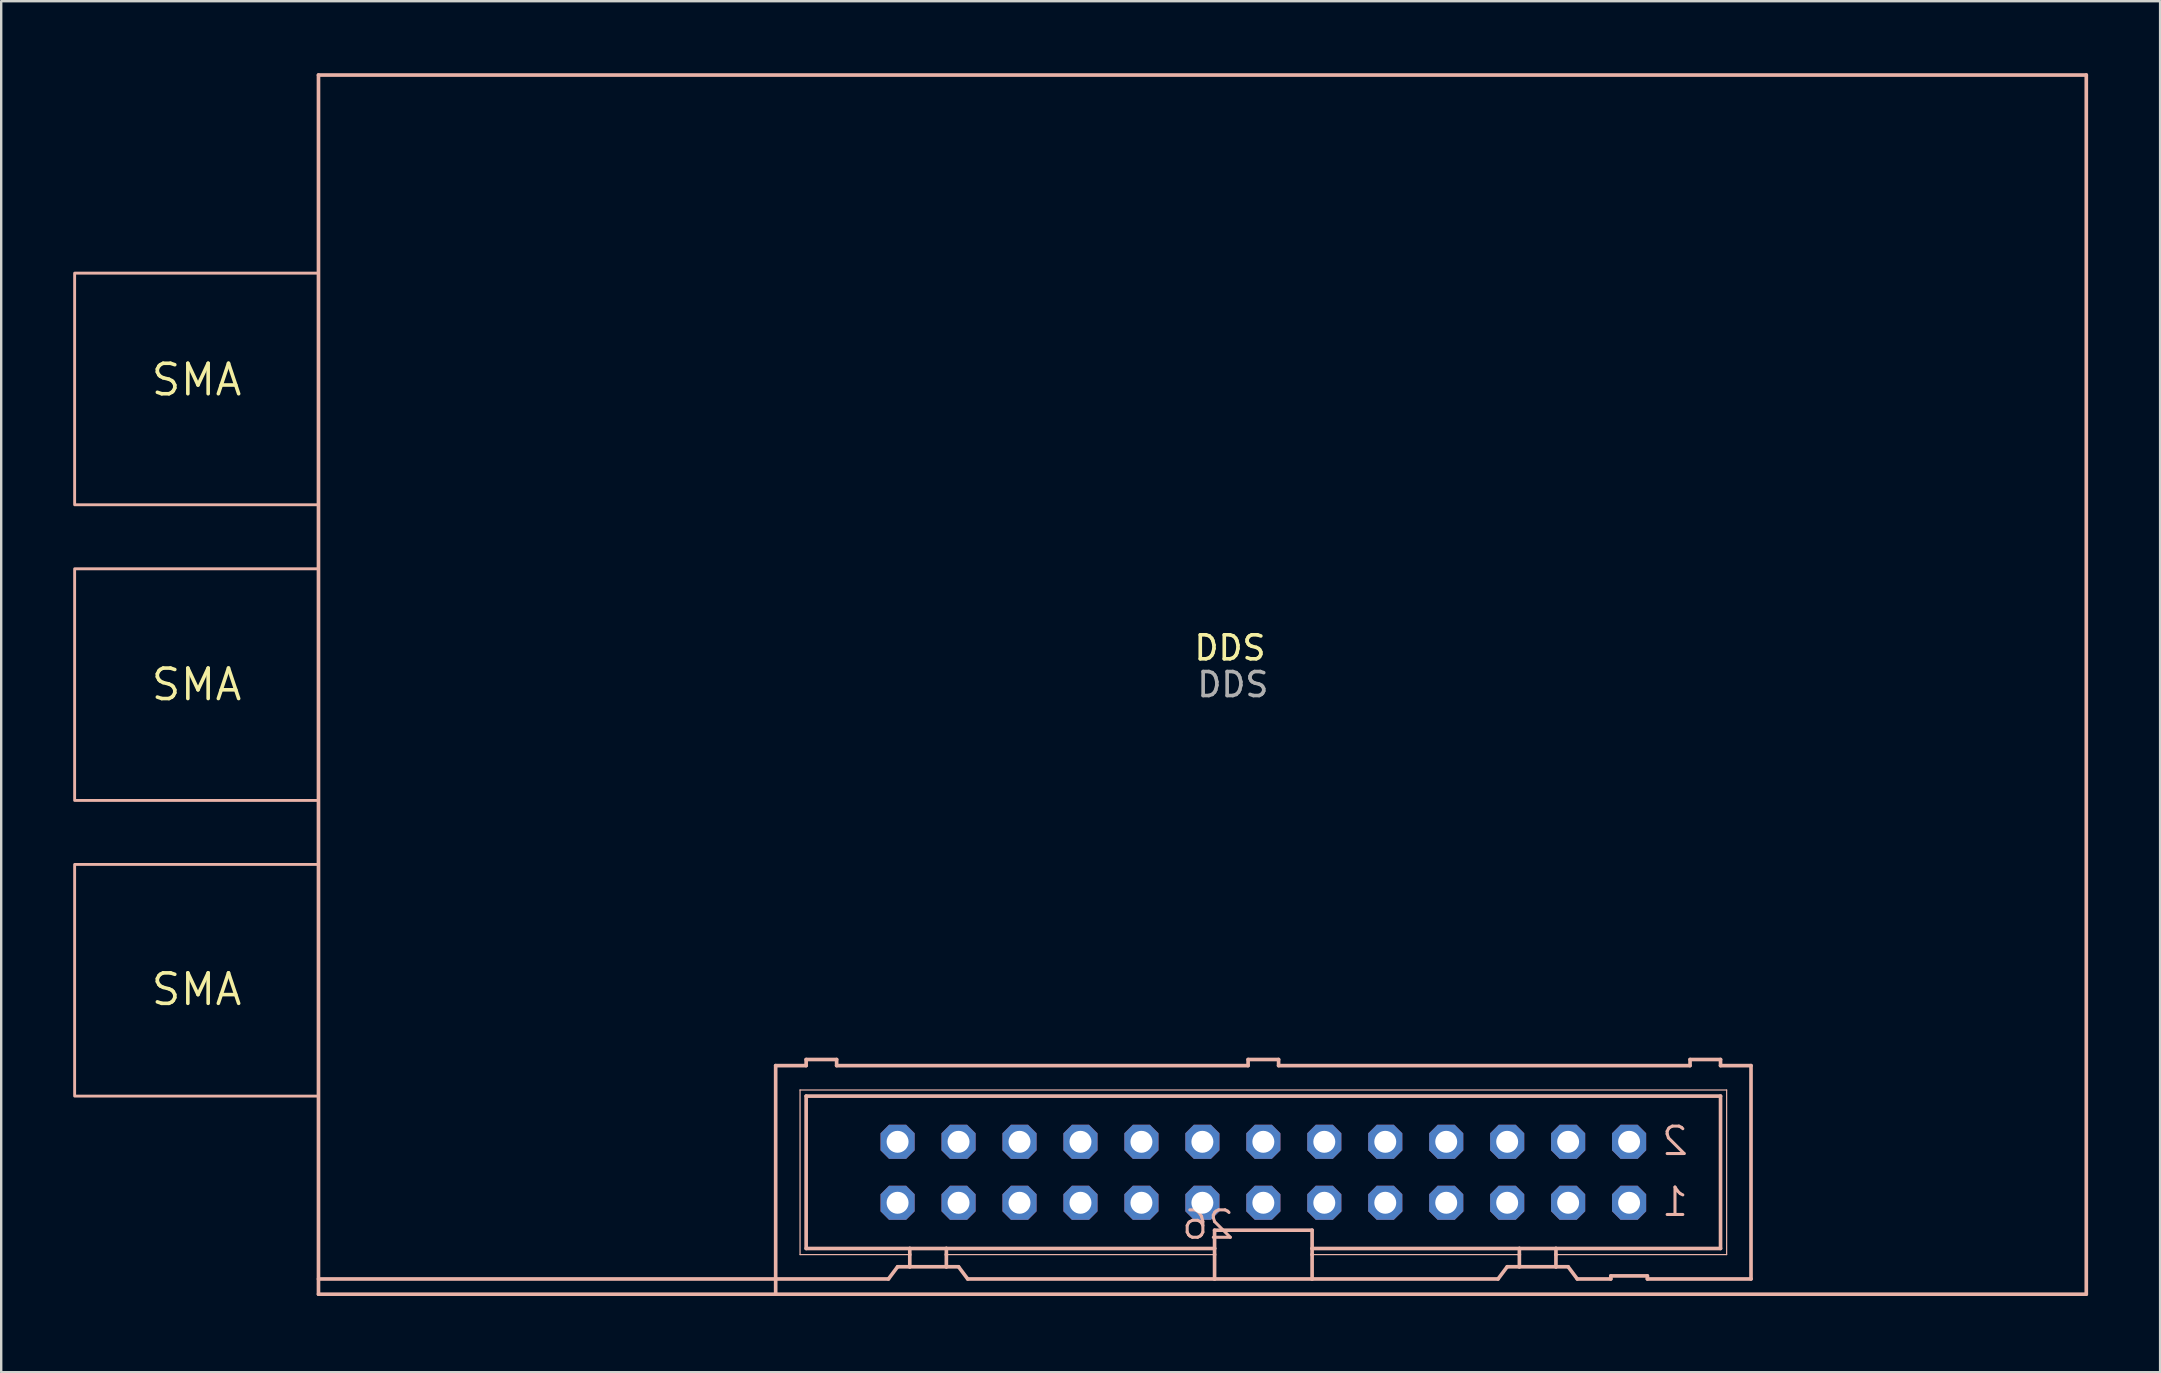
<source format=kicad_pcb>
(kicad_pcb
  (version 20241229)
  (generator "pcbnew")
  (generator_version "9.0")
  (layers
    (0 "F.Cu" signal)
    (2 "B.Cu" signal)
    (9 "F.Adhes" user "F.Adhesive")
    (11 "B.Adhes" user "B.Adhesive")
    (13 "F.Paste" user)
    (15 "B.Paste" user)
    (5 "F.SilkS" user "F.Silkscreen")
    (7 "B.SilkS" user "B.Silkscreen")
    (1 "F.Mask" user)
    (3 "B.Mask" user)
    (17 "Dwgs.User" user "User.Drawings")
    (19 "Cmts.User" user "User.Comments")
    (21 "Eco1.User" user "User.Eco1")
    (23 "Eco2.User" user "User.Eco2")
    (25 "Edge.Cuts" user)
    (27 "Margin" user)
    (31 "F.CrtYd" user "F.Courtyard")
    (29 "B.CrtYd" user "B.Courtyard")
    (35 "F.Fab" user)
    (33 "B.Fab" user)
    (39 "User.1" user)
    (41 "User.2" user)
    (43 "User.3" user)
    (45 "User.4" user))
  (footprint "DDS"
    (layer "F.Cu")
    (at 10.22 50.876)
    (property "Reference" "DDS" (at 37.98 -26.93 0) (unlocked yes) (layer "F.SilkS") (effects (font (size 1 1) (thickness 0.15))))
    (attr smd)
    (fp_line (start 0 -50.8) (end 0 0) (stroke (width 0.152) (type solid)) (layer "B.SilkS"))
    (fp_line (start 0 -50.8) (end 73.66 -50.8) (stroke (width 0.152) (type solid)) (layer "B.SilkS"))
    (fp_line (start 0 -0.635) (end 19.05 -0.635) (stroke (width 0.152) (type solid)) (layer "B.SilkS"))
    (fp_line (start 19.05 -0.635) (end 19.05 -9.525) (stroke (width 0.152) (type solid)) (layer "B.SilkS"))
    (fp_line (start 19.05 -0.635) (end 23.749 -0.635) (stroke (width 0.152) (type solid)) (layer "B.SilkS"))
    (fp_line (start 19.05 0) (end 19.05 -0.635) (stroke (width 0.152) (type solid)) (layer "B.SilkS"))
    (fp_line (start 20.066 -8.509) (end 58.674 -8.509) (stroke (width 0.051) (type solid)) (layer "B.SilkS"))
    (fp_line (start 20.066 -1.651) (end 20.066 -8.509) (stroke (width 0.051) (type solid)) (layer "B.SilkS"))
    (fp_line (start 20.32 -9.779) (end 21.59 -9.779) (stroke (width 0.152) (type solid)) (layer "B.SilkS"))
    (fp_line (start 20.32 -9.525) (end 19.05 -9.525) (stroke (width 0.152) (type solid)) (layer "B.SilkS"))
    (fp_line (start 20.32 -9.525) (end 20.32 -9.779) (stroke (width 0.152) (type solid)) (layer "B.SilkS"))
    (fp_line (start 20.32 -1.905) (end 20.32 -8.255) (stroke (width 0.152) (type solid)) (layer "B.SilkS"))
    (fp_line (start 20.32 -1.905) (end 24.638 -1.905) (stroke (width 0.152) (type solid)) (layer "B.SilkS"))
    (fp_line (start 21.59 -9.525) (end 21.59 -9.779) (stroke (width 0.152) (type solid)) (layer "B.SilkS"))
    (fp_line (start 24.13 -1.143) (end 23.749 -0.635) (stroke (width 0.152) (type solid)) (layer "B.SilkS"))
    (fp_line (start 24.13 -1.143) (end 24.638 -1.143) (stroke (width 0.152) (type solid)) (layer "B.SilkS"))
    (fp_line (start 24.638 -1.905) (end 24.638 -1.651) (stroke (width 0.152) (type solid)) (layer "B.SilkS"))
    (fp_line (start 24.638 -1.905) (end 26.162 -1.905) (stroke (width 0.152) (type solid)) (layer "B.SilkS"))
    (fp_line (start 24.638 -1.651) (end 20.066 -1.651) (stroke (width 0.051) (type solid)) (layer "B.SilkS"))
    (fp_line (start 24.638 -1.651) (end 24.638 -1.143) (stroke (width 0.152) (type solid)) (layer "B.SilkS"))
    (fp_line (start 24.638 -1.143) (end 26.162 -1.143) (stroke (width 0.152) (type solid)) (layer "B.SilkS"))
    (fp_line (start 26.162 -1.905) (end 26.162 -1.651) (stroke (width 0.152) (type solid)) (layer "B.SilkS"))
    (fp_line (start 26.162 -1.905) (end 37.338 -1.905) (stroke (width 0.152) (type solid)) (layer "B.SilkS"))
    (fp_line (start 26.162 -1.651) (end 26.162 -1.143) (stroke (width 0.152) (type solid)) (layer "B.SilkS"))
    (fp_line (start 26.162 -1.651) (end 37.338 -1.651) (stroke (width 0.051) (type solid)) (layer "B.SilkS"))
    (fp_line (start 26.162 -1.143) (end 26.67 -1.143) (stroke (width 0.152) (type solid)) (layer "B.SilkS"))
    (fp_line (start 27.051 -0.635) (end 26.67 -1.143) (stroke (width 0.152) (type solid)) (layer "B.SilkS"))
    (fp_line (start 27.051 -0.635) (end 37.338 -0.635) (stroke (width 0.152) (type solid)) (layer "B.SilkS"))
    (fp_line (start 37.338 -2.667) (end 37.338 -1.905) (stroke (width 0.152) (type solid)) (layer "B.SilkS"))
    (fp_line (start 37.338 -2.667) (end 41.402 -2.667) (stroke (width 0.152) (type solid)) (layer "B.SilkS"))
    (fp_line (start 37.338 -1.905) (end 37.338 -1.651) (stroke (width 0.152) (type solid)) (layer "B.SilkS"))
    (fp_line (start 37.338 -1.651) (end 37.338 -0.635) (stroke (width 0.152) (type solid)) (layer "B.SilkS"))
    (fp_line (start 37.338 -0.635) (end 41.402 -0.635) (stroke (width 0.152) (type solid)) (layer "B.SilkS"))
    (fp_line (start 38.735 -9.779) (end 38.735 -9.525) (stroke (width 0.152) (type solid)) (layer "B.SilkS"))
    (fp_line (start 38.735 -9.779) (end 40.005 -9.779) (stroke (width 0.152) (type solid)) (layer "B.SilkS"))
    (fp_line (start 38.735 -9.525) (end 21.59 -9.525) (stroke (width 0.152) (type solid)) (layer "B.SilkS"))
    (fp_line (start 40.005 -9.779) (end 40.005 -9.525) (stroke (width 0.152) (type solid)) (layer "B.SilkS"))
    (fp_line (start 41.402 -1.905) (end 41.402 -2.667) (stroke (width 0.152) (type solid)) (layer "B.SilkS"))
    (fp_line (start 41.402 -1.905) (end 41.402 -1.651) (stroke (width 0.152) (type solid)) (layer "B.SilkS"))
    (fp_line (start 41.402 -1.905) (end 50.038 -1.905) (stroke (width 0.152) (type solid)) (layer "B.SilkS"))
    (fp_line (start 41.402 -1.651) (end 41.402 -0.635) (stroke (width 0.152) (type solid)) (layer "B.SilkS"))
    (fp_line (start 49.149 -0.635) (end 41.402 -0.635) (stroke (width 0.152) (type solid)) (layer "B.SilkS"))
    (fp_line (start 49.53 -1.143) (end 49.149 -0.635) (stroke (width 0.152) (type solid)) (layer "B.SilkS"))
    (fp_line (start 49.53 -1.143) (end 50.038 -1.143) (stroke (width 0.152) (type solid)) (layer "B.SilkS"))
    (fp_line (start 50.038 -1.905) (end 50.038 -1.651) (stroke (width 0.152) (type solid)) (layer "B.SilkS"))
    (fp_line (start 50.038 -1.905) (end 51.562 -1.905) (stroke (width 0.152) (type solid)) (layer "B.SilkS"))
    (fp_line (start 50.038 -1.651) (end 41.402 -1.651) (stroke (width 0.051) (type solid)) (layer "B.SilkS"))
    (fp_line (start 50.038 -1.651) (end 50.038 -1.143) (stroke (width 0.152) (type solid)) (layer "B.SilkS"))
    (fp_line (start 50.038 -1.143) (end 51.562 -1.143) (stroke (width 0.152) (type solid)) (layer "B.SilkS"))
    (fp_line (start 51.562 -1.905) (end 51.562 -1.651) (stroke (width 0.152) (type solid)) (layer "B.SilkS"))
    (fp_line (start 51.562 -1.905) (end 58.42 -1.905) (stroke (width 0.152) (type solid)) (layer "B.SilkS"))
    (fp_line (start 51.562 -1.651) (end 51.562 -1.143) (stroke (width 0.152) (type solid)) (layer "B.SilkS"))
    (fp_line (start 51.562 -1.143) (end 52.07 -1.143) (stroke (width 0.152) (type solid)) (layer "B.SilkS"))
    (fp_line (start 52.451 -0.635) (end 52.07 -1.143) (stroke (width 0.152) (type solid)) (layer "B.SilkS"))
    (fp_line (start 53.848 -0.635) (end 52.451 -0.635) (stroke (width 0.152) (type solid)) (layer "B.SilkS"))
    (fp_line (start 53.848 -0.635) (end 53.848 -0.762) (stroke (width 0.152) (type solid)) (layer "B.SilkS"))
    (fp_line (start 55.372 -0.762) (end 53.848 -0.762) (stroke (width 0.152) (type solid)) (layer "B.SilkS"))
    (fp_line (start 55.372 -0.762) (end 55.372 -0.635) (stroke (width 0.152) (type solid)) (layer "B.SilkS"))
    (fp_line (start 57.15 -9.779) (end 57.15 -9.525) (stroke (width 0.152) (type solid)) (layer "B.SilkS"))
    (fp_line (start 57.15 -9.779) (end 58.42 -9.779) (stroke (width 0.152) (type solid)) (layer "B.SilkS"))
    (fp_line (start 57.15 -9.525) (end 40.005 -9.525) (stroke (width 0.152) (type solid)) (layer "B.SilkS"))
    (fp_line (start 58.42 -9.779) (end 58.42 -9.525) (stroke (width 0.152) (type solid)) (layer "B.SilkS"))
    (fp_line (start 58.42 -8.255) (end 20.32 -8.255) (stroke (width 0.152) (type solid)) (layer "B.SilkS"))
    (fp_line (start 58.42 -8.255) (end 58.42 -1.905) (stroke (width 0.152) (type solid)) (layer "B.SilkS"))
    (fp_line (start 58.674 -8.509) (end 58.674 -1.651) (stroke (width 0.051) (type solid)) (layer "B.SilkS"))
    (fp_line (start 58.674 -1.651) (end 51.562 -1.651) (stroke (width 0.051) (type solid)) (layer "B.SilkS"))
    (fp_line (start 59.69 -9.525) (end 58.42 -9.525) (stroke (width 0.152) (type solid)) (layer "B.SilkS"))
    (fp_line (start 59.69 -9.525) (end 59.69 -0.635) (stroke (width 0.152) (type solid)) (layer "B.SilkS"))
    (fp_line (start 59.69 -0.635) (end 55.372 -0.635) (stroke (width 0.152) (type solid)) (layer "B.SilkS"))
    (fp_line (start 73.66 -50.8) (end 73.66 0) (stroke (width 0.152) (type solid)) (layer "B.SilkS"))
    (fp_line (start 73.66 0) (end 0 0) (stroke (width 0.152) (type solid)) (layer "B.SilkS"))
    (fp_rect (start 0 -42.545) (end -10.16 -32.893) (stroke (width 0.12) (type solid)) (fill no) (layer "B.SilkS"))
    (fp_rect (start 0 -30.226) (end -10.16 -20.574) (stroke (width 0.12) (type solid)) (fill no) (layer "B.SilkS"))
    (fp_rect (start 0 -17.907) (end -10.16 -8.255) (stroke (width 0.12) (type solid)) (fill no) (layer "B.SilkS"))
    (fp_poly (pts (xy 24.384 -6.096) (xy 23.876 -6.096) (xy 23.876 -6.604) (xy 24.384 -6.604)) (stroke (width 0.1) (type solid)) (fill no) (layer "B.Fab"))
    (fp_poly (pts (xy 24.384 -3.556) (xy 23.876 -3.556) (xy 23.876 -4.064) (xy 24.384 -4.064)) (stroke (width 0.1) (type solid)) (fill no) (layer "B.Fab"))
    (fp_poly (pts (xy 26.924 -6.096) (xy 26.416 -6.096) (xy 26.416 -6.604) (xy 26.924 -6.604)) (stroke (width 0.1) (type solid)) (fill no) (layer "B.Fab"))
    (fp_poly (pts (xy 26.924 -3.556) (xy 26.416 -3.556) (xy 26.416 -4.064) (xy 26.924 -4.064)) (stroke (width 0.1) (type solid)) (fill no) (layer "B.Fab"))
    (fp_poly (pts (xy 29.464 -6.096) (xy 28.956 -6.096) (xy 28.956 -6.604) (xy 29.464 -6.604)) (stroke (width 0.1) (type solid)) (fill no) (layer "B.Fab"))
    (fp_poly (pts (xy 29.464 -3.556) (xy 28.956 -3.556) (xy 28.956 -4.064) (xy 29.464 -4.064)) (stroke (width 0.1) (type solid)) (fill no) (layer "B.Fab"))
    (fp_poly (pts (xy 32.004 -6.096) (xy 31.496 -6.096) (xy 31.496 -6.604) (xy 32.004 -6.604)) (stroke (width 0.1) (type solid)) (fill no) (layer "B.Fab"))
    (fp_poly (pts (xy 32.004 -3.556) (xy 31.496 -3.556) (xy 31.496 -4.064) (xy 32.004 -4.064)) (stroke (width 0.1) (type solid)) (fill no) (layer "B.Fab"))
    (fp_poly (pts (xy 34.544 -6.096) (xy 34.036 -6.096) (xy 34.036 -6.604) (xy 34.544 -6.604)) (stroke (width 0.1) (type solid)) (fill no) (layer "B.Fab"))
    (fp_poly (pts (xy 34.544 -3.556) (xy 34.036 -3.556) (xy 34.036 -4.064) (xy 34.544 -4.064)) (stroke (width 0.1) (type solid)) (fill no) (layer "B.Fab"))
    (fp_poly (pts (xy 37.084 -6.096) (xy 36.576 -6.096) (xy 36.576 -6.604) (xy 37.084 -6.604)) (stroke (width 0.1) (type solid)) (fill no) (layer "B.Fab"))
    (fp_poly (pts (xy 37.084 -3.556) (xy 36.576 -3.556) (xy 36.576 -4.064) (xy 37.084 -4.064)) (stroke (width 0.1) (type solid)) (fill no) (layer "B.Fab"))
    (fp_poly (pts (xy 39.624 -6.096) (xy 39.116 -6.096) (xy 39.116 -6.604) (xy 39.624 -6.604)) (stroke (width 0.1) (type solid)) (fill no) (layer "B.Fab"))
    (fp_poly (pts (xy 39.624 -3.556) (xy 39.116 -3.556) (xy 39.116 -4.064) (xy 39.624 -4.064)) (stroke (width 0.1) (type solid)) (fill no) (layer "B.Fab"))
    (fp_poly (pts (xy 42.164 -6.096) (xy 41.656 -6.096) (xy 41.656 -6.604) (xy 42.164 -6.604)) (stroke (width 0.1) (type solid)) (fill no) (layer "B.Fab"))
    (fp_poly (pts (xy 42.164 -3.556) (xy 41.656 -3.556) (xy 41.656 -4.064) (xy 42.164 -4.064)) (stroke (width 0.1) (type solid)) (fill no) (layer "B.Fab"))
    (fp_poly (pts (xy 44.704 -6.096) (xy 44.196 -6.096) (xy 44.196 -6.604) (xy 44.704 -6.604)) (stroke (width 0.1) (type solid)) (fill no) (layer "B.Fab"))
    (fp_poly (pts (xy 44.704 -3.556) (xy 44.196 -3.556) (xy 44.196 -4.064) (xy 44.704 -4.064)) (stroke (width 0.1) (type solid)) (fill no) (layer "B.Fab"))
    (fp_poly (pts (xy 47.244 -6.096) (xy 46.736 -6.096) (xy 46.736 -6.604) (xy 47.244 -6.604)) (stroke (width 0.1) (type solid)) (fill no) (layer "B.Fab"))
    (fp_poly (pts (xy 47.244 -3.556) (xy 46.736 -3.556) (xy 46.736 -4.064) (xy 47.244 -4.064)) (stroke (width 0.1) (type solid)) (fill no) (layer "B.Fab"))
    (fp_poly (pts (xy 49.784 -6.096) (xy 49.276 -6.096) (xy 49.276 -6.604) (xy 49.784 -6.604)) (stroke (width 0.1) (type solid)) (fill no) (layer "B.Fab"))
    (fp_poly (pts (xy 49.784 -3.556) (xy 49.276 -3.556) (xy 49.276 -4.064) (xy 49.784 -4.064)) (stroke (width 0.1) (type solid)) (fill no) (layer "B.Fab"))
    (fp_poly (pts (xy 52.324 -6.096) (xy 51.816 -6.096) (xy 51.816 -6.604) (xy 52.324 -6.604)) (stroke (width 0.1) (type solid)) (fill no) (layer "B.Fab"))
    (fp_poly (pts (xy 52.324 -3.556) (xy 51.816 -3.556) (xy 51.816 -4.064) (xy 52.324 -4.064)) (stroke (width 0.1) (type solid)) (fill no) (layer "B.Fab"))
    (fp_poly (pts (xy 54.864 -6.096) (xy 54.356 -6.096) (xy 54.356 -6.604) (xy 54.864 -6.604)) (stroke (width 0.1) (type solid)) (fill no) (layer "B.Fab"))
    (fp_poly (pts (xy 54.864 -3.556) (xy 54.356 -3.556) (xy 54.356 -4.064) (xy 54.864 -4.064)) (stroke (width 0.1) (type solid)) (fill no) (layer "B.Fab"))
    (fp_text user "SMA" (at -5.08 -25.4 0) (unlocked yes) (layer "F.SilkS") (effects (font (size 1.27 1.27) (thickness 0.15))))
    (fp_text user "SMA" (at -5.08 -38.1 0) (unlocked yes) (layer "F.SilkS") (effects (font (size 1.27 1.27) (thickness 0.15))))
    (fp_text user "SMA" (at -5.08 -12.7 0) (unlocked yes) (layer "F.SilkS") (effects (font (size 1.27 1.27) (thickness 0.15))))
    (fp_text user "1" (at 57.15 -3.175 0) (layer "B.SilkS") (effects (font (size 1.143 1.143) (thickness 0.127)) (justify left bottom mirror)))
    (fp_text user "2" (at 57.15 -5.715 0) (layer "B.SilkS") (effects (font (size 1.143 1.143) (thickness 0.127)) (justify left bottom mirror)))
    (fp_text user "26" (at 38.24 -2.225 0) (layer "B.SilkS") (effects (font (size 1.143 1.143) (thickness 0.127)) (justify left bottom mirror)))
    (fp_text user "${REFERENCE}" (at 38.1 -25.4 0) (unlocked yes) (layer "F.Fab") (effects (font (size 1 1) (thickness 0.15))))
    (pad "1" thru_hole roundrect (at 54.61 -3.81) (size 1.422 1.422) (drill 0.914) (layers "*.Cu" "*.Mask") (roundrect_rratio 0.25) (chamfer_ratio 0.25) (chamfer top_left top_right bottom_left bottom_right))
    (pad "2" thru_hole roundrect (at 54.61 -6.35) (size 1.422 1.422) (drill 0.914) (layers "*.Cu" "*.Mask") (roundrect_rratio 0.25) (chamfer_ratio 0.25) (chamfer top_left top_right bottom_left bottom_right))
    (pad "3" thru_hole roundrect (at 52.07 -3.81) (size 1.422 1.422) (drill 0.914) (layers "*.Cu" "*.Mask") (roundrect_rratio 0.25) (chamfer_ratio 0.25) (chamfer top_left top_right bottom_left bottom_right))
    (pad "4" thru_hole roundrect (at 52.07 -6.35) (size 1.422 1.422) (drill 0.914) (layers "*.Cu" "*.Mask") (roundrect_rratio 0.25) (chamfer_ratio 0.25) (chamfer top_left top_right bottom_left bottom_right))
    (pad "5" thru_hole roundrect (at 49.53 -3.81) (size 1.422 1.422) (drill 0.914) (layers "*.Cu" "*.Mask") (roundrect_rratio 0.25) (chamfer_ratio 0.25) (chamfer top_left top_right bottom_left bottom_right))
    (pad "6" thru_hole roundrect (at 49.53 -6.35) (size 1.422 1.422) (drill 0.914) (layers "*.Cu" "*.Mask") (roundrect_rratio 0.25) (chamfer_ratio 0.25) (chamfer top_left top_right bottom_left bottom_right))
    (pad "7" thru_hole roundrect (at 46.99 -3.81) (size 1.422 1.422) (drill 0.914) (layers "*.Cu" "*.Mask") (roundrect_rratio 0.25) (chamfer_ratio 0.25) (chamfer top_left top_right bottom_left bottom_right))
    (pad "8" thru_hole roundrect (at 46.99 -6.35) (size 1.422 1.422) (drill 0.914) (layers "*.Cu" "*.Mask") (roundrect_rratio 0.25) (chamfer_ratio 0.25) (chamfer top_left top_right bottom_left bottom_right))
    (pad "9" thru_hole roundrect (at 44.45 -3.81) (size 1.422 1.422) (drill 0.914) (layers "*.Cu" "*.Mask") (roundrect_rratio 0.25) (chamfer_ratio 0.25) (chamfer top_left top_right bottom_left bottom_right))
    (pad "10" thru_hole roundrect (at 44.45 -6.35) (size 1.422 1.422) (drill 0.914) (layers "*.Cu" "*.Mask") (roundrect_rratio 0.25) (chamfer_ratio 0.25) (chamfer top_left top_right bottom_left bottom_right))
    (pad "11" thru_hole roundrect (at 41.91 -3.81) (size 1.422 1.422) (drill 0.914) (layers "*.Cu" "*.Mask") (roundrect_rratio 0.25) (chamfer_ratio 0.25) (chamfer top_left top_right bottom_left bottom_right))
    (pad "12" thru_hole roundrect (at 41.91 -6.35) (size 1.422 1.422) (drill 0.914) (layers "*.Cu" "*.Mask") (roundrect_rratio 0.25) (chamfer_ratio 0.25) (chamfer top_left top_right bottom_left bottom_right))
    (pad "13" thru_hole roundrect (at 39.37 -3.81) (size 1.422 1.422) (drill 0.914) (layers "*.Cu" "*.Mask") (roundrect_rratio 0.25) (chamfer_ratio 0.25) (chamfer top_left top_right bottom_left bottom_right))
    (pad "14" thru_hole roundrect (at 39.37 -6.35) (size 1.422 1.422) (drill 0.914) (layers "*.Cu" "*.Mask") (roundrect_rratio 0.25) (chamfer_ratio 0.25) (chamfer top_left top_right bottom_left bottom_right))
    (pad "15" thru_hole roundrect (at 36.83 -3.81) (size 1.422 1.422) (drill 0.914) (layers "*.Cu" "*.Mask") (roundrect_rratio 0.25) (chamfer_ratio 0.25) (chamfer top_left top_right bottom_left bottom_right))
    (pad "16" thru_hole roundrect (at 36.83 -6.35) (size 1.422 1.422) (drill 0.914) (layers "*.Cu" "*.Mask") (roundrect_rratio 0.25) (chamfer_ratio 0.25) (chamfer top_left top_right bottom_left bottom_right))
    (pad "17" thru_hole roundrect (at 34.29 -3.81) (size 1.422 1.422) (drill 0.914) (layers "*.Cu" "*.Mask") (roundrect_rratio 0.25) (chamfer_ratio 0.25) (chamfer top_left top_right bottom_left bottom_right))
    (pad "18" thru_hole roundrect (at 34.29 -6.35) (size 1.422 1.422) (drill 0.914) (layers "*.Cu" "*.Mask") (roundrect_rratio 0.25) (chamfer_ratio 0.25) (chamfer top_left top_right bottom_left bottom_right))
    (pad "19" thru_hole roundrect (at 31.75 -3.81) (size 1.422 1.422) (drill 0.914) (layers "*.Cu" "*.Mask") (roundrect_rratio 0.25) (chamfer_ratio 0.25) (chamfer top_left top_right bottom_left bottom_right))
    (pad "20" thru_hole roundrect (at 31.75 -6.35) (size 1.422 1.422) (drill 0.914) (layers "*.Cu" "*.Mask") (roundrect_rratio 0.25) (chamfer_ratio 0.25) (chamfer top_left top_right bottom_left bottom_right))
    (pad "21" thru_hole roundrect (at 29.21 -3.81) (size 1.422 1.422) (drill 0.914) (layers "*.Cu" "*.Mask") (roundrect_rratio 0.25) (chamfer_ratio 0.25) (chamfer top_left top_right bottom_left bottom_right))
    (pad "22" thru_hole roundrect (at 29.21 -6.35) (size 1.422 1.422) (drill 0.914) (layers "*.Cu" "*.Mask") (roundrect_rratio 0.25) (chamfer_ratio 0.25) (chamfer top_left top_right bottom_left bottom_right))
    (pad "23" thru_hole roundrect (at 26.67 -3.81) (size 1.422 1.422) (drill 0.914) (layers "*.Cu" "*.Mask") (roundrect_rratio 0.25) (chamfer_ratio 0.25) (chamfer top_left top_right bottom_left bottom_right))
    (pad "24" thru_hole roundrect (at 26.67 -6.35) (size 1.422 1.422) (drill 0.914) (layers "*.Cu" "*.Mask") (roundrect_rratio 0.25) (chamfer_ratio 0.25) (chamfer top_left top_right bottom_left bottom_right))
    (pad "25" thru_hole roundrect (at 24.13 -3.81) (size 1.422 1.422) (drill 0.914) (layers "*.Cu" "*.Mask") (roundrect_rratio 0.25) (chamfer_ratio 0.25) (chamfer top_left top_right bottom_left bottom_right))
    (pad "26" thru_hole roundrect (at 24.13 -6.35) (size 1.422 1.422) (drill 0.914) (layers "*.Cu" "*.Mask") (roundrect_rratio 0.25) (chamfer_ratio 0.25) (chamfer top_left top_right bottom_left bottom_right)))
  (gr_rect
    (start -3 -3)
    (end 86.956 54.126)
    (stroke (width 0.1) (type default))
    (fill no)
    (layer "Edge.Cuts")))
</source>
